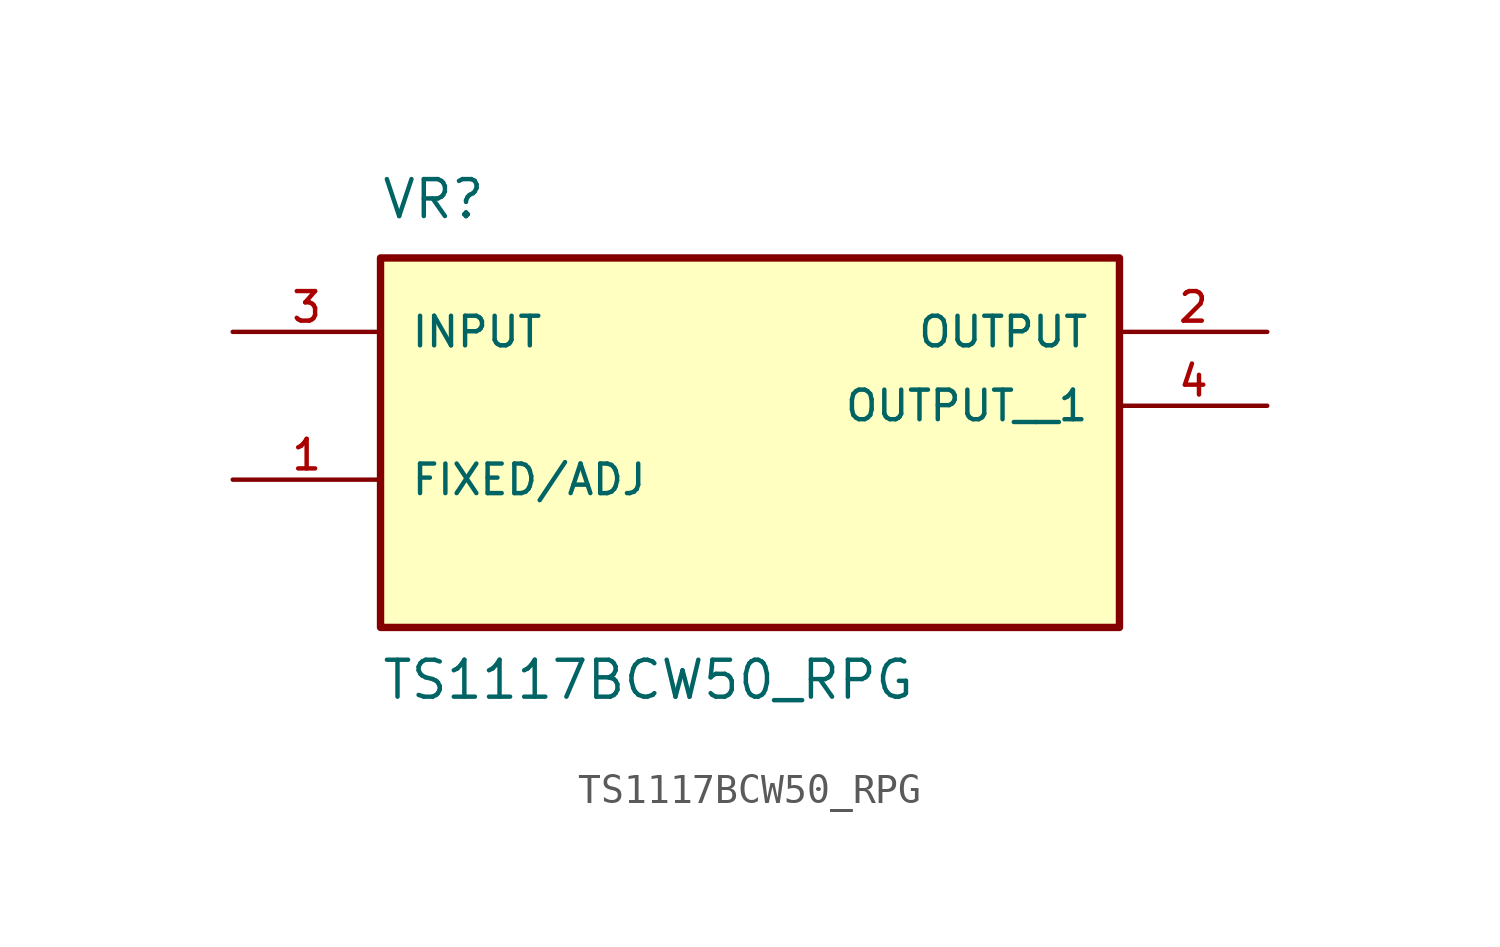
<source format=kicad_sym>
(kicad_symbol_lib
  (version 20211014)
  (generator kicad_symbol_editor)
  (symbol "TS1117BCW50_RPG"
    (pin_names
      (offset 1.016))
    (property "Reference" "VR"
      (at -12.704 6.358 0)
      (effects (font (size 1.27 1.27)) (justify bottom left)))
    (property "Value" "TS1117BCW50_RPG"
      (at -12.701 -10.163 0)
      (effects (font (size 1.27 1.27)) (justify bottom left)))
    (symbol "TS1117BCW50_RPG_0_0"
      (rectangle (start -12.7 -7.62) (end 12.7 5.08) (stroke (width 0.254)) (fill (type background)))
      (pin input line (at -17.78 2.54 0) (length 5.08) (name "INPUT" (effects (font (size 1.016 1.016)))) (number "3" (effects (font (size 1.016 1.016)))))
      (pin output line (at 17.78 2.54 180.0) (length 5.08) (name "OUTPUT" (effects (font (size 1.016 1.016)))) (number "2" (effects (font (size 1.016 1.016)))))
      (pin input line (at -17.78 -2.54 0) (length 5.08) (name "FIXED/ADJ" (effects (font (size 1.016 1.016)))) (number "1" (effects (font (size 1.016 1.016)))))
      (pin output line (at 17.78 0.0 180.0) (length 5.08) (name "OUTPUT__1" (effects (font (size 1.016 1.016)))) (number "4" (effects (font (size 1.016 1.016))))))))
</source>
